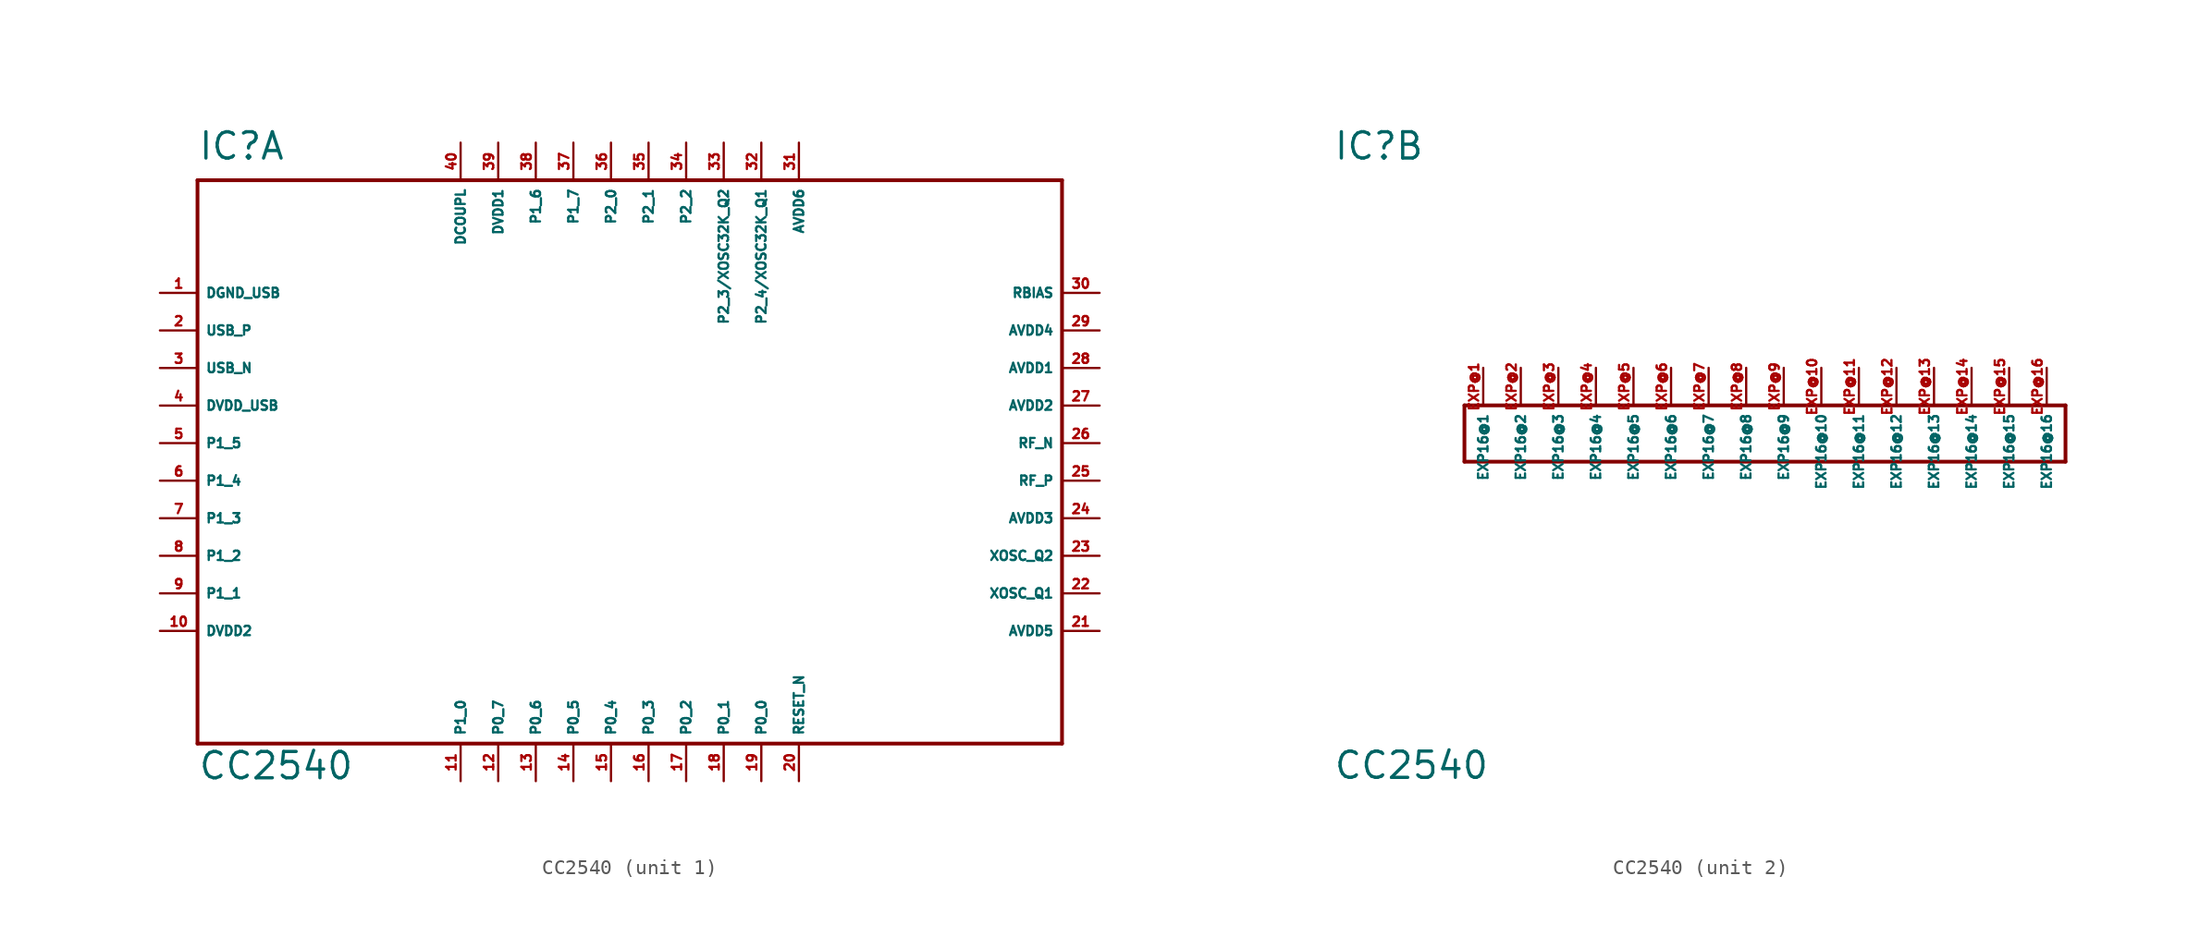
<source format=kicad_sym>
(kicad_symbol_lib
  (version 20220914)
  (generator Eagle2Kicad)
  (symbol "CC2540"
    (property "Reference" "IC"
      (at -27.94 19.05 0)
      (effects (font (size 1.778 1.778) (thickness 0.22)) (justify left bottom)))
    (property "Value" "CC2540"
      (at -27.94 -22.86 0)
      (effects (font (size 1.778 1.778) (thickness 0.22)) (justify left bottom)))
    (symbol "CC2540_1_0"
      (polyline (pts (xy -27.94 -20.32) (xy 30.48 -20.32)) (stroke (width 0.254) (type default)) (fill (type none)))
      (polyline (pts (xy 30.48 -20.32) (xy 30.48 17.78)) (stroke (width 0.254) (type default)) (fill (type none)))
      (polyline (pts (xy 30.48 17.78) (xy -27.94 17.78)) (stroke (width 0.254) (type default)) (fill (type none)))
      (polyline (pts (xy -27.94 17.78) (xy -27.94 -20.32)) (stroke (width 0.254) (type default)) (fill (type none)))
      (pin unspecified line (at -30.48 10.16 0) (length 2.54) (name "DGND_USB" (effects (font (size 0.635 0.635) (thickness 0.08)) (justify left bottom))) (number "1" (effects (font (size 0.635 0.635) (thickness 0.08)) (justify left bottom))))
      (pin bidirectional line (at -30.48 7.62 0) (length 2.54) (name "USB_P" (effects (font (size 0.635 0.635) (thickness 0.08)) (justify left bottom))) (number "2" (effects (font (size 0.635 0.635) (thickness 0.08)) (justify left bottom))))
      (pin bidirectional line (at -30.48 5.08 0) (length 2.54) (name "USB_N" (effects (font (size 0.635 0.635) (thickness 0.08)) (justify left bottom))) (number "3" (effects (font (size 0.635 0.635) (thickness 0.08)) (justify left bottom))))
      (pin unspecified line (at -30.48 2.54 0) (length 2.54) (name "DVDD_USB" (effects (font (size 0.635 0.635) (thickness 0.08)) (justify left bottom))) (number "4" (effects (font (size 0.635 0.635) (thickness 0.08)) (justify left bottom))))
      (pin bidirectional line (at -30.48 0 0) (length 2.54) (name "P1_5" (effects (font (size 0.635 0.635) (thickness 0.08)) (justify left bottom))) (number "5" (effects (font (size 0.635 0.635) (thickness 0.08)) (justify left bottom))))
      (pin bidirectional line (at -30.48 -2.54 0) (length 2.54) (name "P1_4" (effects (font (size 0.635 0.635) (thickness 0.08)) (justify left bottom))) (number "6" (effects (font (size 0.635 0.635) (thickness 0.08)) (justify left bottom))))
      (pin bidirectional line (at -30.48 -5.08 0) (length 2.54) (name "P1_3" (effects (font (size 0.635 0.635) (thickness 0.08)) (justify left bottom))) (number "7" (effects (font (size 0.635 0.635) (thickness 0.08)) (justify left bottom))))
      (pin bidirectional line (at -30.48 -7.62 0) (length 2.54) (name "P1_2" (effects (font (size 0.635 0.635) (thickness 0.08)) (justify left bottom))) (number "8" (effects (font (size 0.635 0.635) (thickness 0.08)) (justify left bottom))))
      (pin bidirectional line (at -30.48 -10.16 0) (length 2.54) (name "P1_1" (effects (font (size 0.635 0.635) (thickness 0.08)) (justify left bottom))) (number "9" (effects (font (size 0.635 0.635) (thickness 0.08)) (justify left bottom))))
      (pin unspecified line (at -30.48 -12.7 0) (length 2.54) (name "DVDD2" (effects (font (size 0.635 0.635) (thickness 0.08)) (justify left bottom))) (number "10" (effects (font (size 0.635 0.635) (thickness 0.08)) (justify left bottom))))
      (pin bidirectional line (at -10.16 -22.86 90) (length 2.54) (name "P1_0" (effects (font (size 0.635 0.635) (thickness 0.08)) (justify left bottom))) (number "11" (effects (font (size 0.635 0.635) (thickness 0.08)) (justify left bottom))))
      (pin bidirectional line (at -7.62 -22.86 90) (length 2.54) (name "P0_7" (effects (font (size 0.635 0.635) (thickness 0.08)) (justify left bottom))) (number "12" (effects (font (size 0.635 0.635) (thickness 0.08)) (justify left bottom))))
      (pin bidirectional line (at -5.08 -22.86 90) (length 2.54) (name "P0_6" (effects (font (size 0.635 0.635) (thickness 0.08)) (justify left bottom))) (number "13" (effects (font (size 0.635 0.635) (thickness 0.08)) (justify left bottom))))
      (pin bidirectional line (at -2.54 -22.86 90) (length 2.54) (name "P0_5" (effects (font (size 0.635 0.635) (thickness 0.08)) (justify left bottom))) (number "14" (effects (font (size 0.635 0.635) (thickness 0.08)) (justify left bottom))))
      (pin bidirectional line (at 0 -22.86 90) (length 2.54) (name "P0_4" (effects (font (size 0.635 0.635) (thickness 0.08)) (justify left bottom))) (number "15" (effects (font (size 0.635 0.635) (thickness 0.08)) (justify left bottom))))
      (pin bidirectional line (at 2.54 -22.86 90) (length 2.54) (name "P0_3" (effects (font (size 0.635 0.635) (thickness 0.08)) (justify left bottom))) (number "16" (effects (font (size 0.635 0.635) (thickness 0.08)) (justify left bottom))))
      (pin bidirectional line (at 5.08 -22.86 90) (length 2.54) (name "P0_2" (effects (font (size 0.635 0.635) (thickness 0.08)) (justify left bottom))) (number "17" (effects (font (size 0.635 0.635) (thickness 0.08)) (justify left bottom))))
      (pin bidirectional line (at 7.62 -22.86 90) (length 2.54) (name "P0_1" (effects (font (size 0.635 0.635) (thickness 0.08)) (justify left bottom))) (number "18" (effects (font (size 0.635 0.635) (thickness 0.08)) (justify left bottom))))
      (pin bidirectional line (at 10.16 -22.86 90) (length 2.54) (name "P0_0" (effects (font (size 0.635 0.635) (thickness 0.08)) (justify left bottom))) (number "19" (effects (font (size 0.635 0.635) (thickness 0.08)) (justify left bottom))))
      (pin input line (at 12.7 -22.86 90) (length 2.54) (name "RESET_N" (effects (font (size 0.635 0.635) (thickness 0.08)) (justify left bottom))) (number "20" (effects (font (size 0.635 0.635) (thickness 0.08)) (justify left bottom))))
      (pin unspecified line (at 33.02 -12.7 180) (length 2.54) (name "AVDD5" (effects (font (size 0.635 0.635) (thickness 0.08)) (justify left bottom))) (number "21" (effects (font (size 0.635 0.635) (thickness 0.08)) (justify left bottom))))
      (pin bidirectional line (at 33.02 -10.16 180) (length 2.54) (name "XOSC_Q1" (effects (font (size 0.635 0.635) (thickness 0.08)) (justify left bottom))) (number "22" (effects (font (size 0.635 0.635) (thickness 0.08)) (justify left bottom))))
      (pin bidirectional line (at 33.02 -7.62 180) (length 2.54) (name "XOSC_Q2" (effects (font (size 0.635 0.635) (thickness 0.08)) (justify left bottom))) (number "23" (effects (font (size 0.635 0.635) (thickness 0.08)) (justify left bottom))))
      (pin unspecified line (at 33.02 -5.08 180) (length 2.54) (name "AVDD3" (effects (font (size 0.635 0.635) (thickness 0.08)) (justify left bottom))) (number "24" (effects (font (size 0.635 0.635) (thickness 0.08)) (justify left bottom))))
      (pin input line (at 33.02 -2.54 180) (length 2.54) (name "RF_P" (effects (font (size 0.635 0.635) (thickness 0.08)) (justify left bottom))) (number "25" (effects (font (size 0.635 0.635) (thickness 0.08)) (justify left bottom))))
      (pin input line (at 33.02 0 180) (length 2.54) (name "RF_N" (effects (font (size 0.635 0.635) (thickness 0.08)) (justify left bottom))) (number "26" (effects (font (size 0.635 0.635) (thickness 0.08)) (justify left bottom))))
      (pin unspecified line (at 33.02 2.54 180) (length 2.54) (name "AVDD2" (effects (font (size 0.635 0.635) (thickness 0.08)) (justify left bottom))) (number "27" (effects (font (size 0.635 0.635) (thickness 0.08)) (justify left bottom))))
      (pin unspecified line (at 33.02 5.08 180) (length 2.54) (name "AVDD1" (effects (font (size 0.635 0.635) (thickness 0.08)) (justify left bottom))) (number "28" (effects (font (size 0.635 0.635) (thickness 0.08)) (justify left bottom))))
      (pin unspecified line (at 33.02 7.62 180) (length 2.54) (name "AVDD4" (effects (font (size 0.635 0.635) (thickness 0.08)) (justify left bottom))) (number "29" (effects (font (size 0.635 0.635) (thickness 0.08)) (justify left bottom))))
      (pin bidirectional line (at 33.02 10.16 180) (length 2.54) (name "RBIAS" (effects (font (size 0.635 0.635) (thickness 0.08)) (justify left bottom))) (number "30" (effects (font (size 0.635 0.635) (thickness 0.08)) (justify left bottom))))
      (pin unspecified line (at 12.7 20.32 270) (length 2.54) (name "AVDD6" (effects (font (size 0.635 0.635) (thickness 0.08)) (justify left bottom))) (number "31" (effects (font (size 0.635 0.635) (thickness 0.08)) (justify left bottom))))
      (pin bidirectional line (at 10.16 20.32 270) (length 2.54) (name "P2_4/XOSC32K_Q1" (effects (font (size 0.635 0.635) (thickness 0.08)) (justify left bottom))) (number "32" (effects (font (size 0.635 0.635) (thickness 0.08)) (justify left bottom))))
      (pin bidirectional line (at 7.62 20.32 270) (length 2.54) (name "P2_3/XOSC32K_Q2" (effects (font (size 0.635 0.635) (thickness 0.08)) (justify left bottom))) (number "33" (effects (font (size 0.635 0.635) (thickness 0.08)) (justify left bottom))))
      (pin bidirectional line (at 5.08 20.32 270) (length 2.54) (name "P2_2" (effects (font (size 0.635 0.635) (thickness 0.08)) (justify left bottom))) (number "34" (effects (font (size 0.635 0.635) (thickness 0.08)) (justify left bottom))))
      (pin bidirectional line (at 2.54 20.32 270) (length 2.54) (name "P2_1" (effects (font (size 0.635 0.635) (thickness 0.08)) (justify left bottom))) (number "35" (effects (font (size 0.635 0.635) (thickness 0.08)) (justify left bottom))))
      (pin bidirectional line (at 0 20.32 270) (length 2.54) (name "P2_0" (effects (font (size 0.635 0.635) (thickness 0.08)) (justify left bottom))) (number "36" (effects (font (size 0.635 0.635) (thickness 0.08)) (justify left bottom))))
      (pin bidirectional line (at -2.54 20.32 270) (length 2.54) (name "P1_7" (effects (font (size 0.635 0.635) (thickness 0.08)) (justify left bottom))) (number "37" (effects (font (size 0.635 0.635) (thickness 0.08)) (justify left bottom))))
      (pin bidirectional line (at -5.08 20.32 270) (length 2.54) (name "P1_6" (effects (font (size 0.635 0.635) (thickness 0.08)) (justify left bottom))) (number "38" (effects (font (size 0.635 0.635) (thickness 0.08)) (justify left bottom))))
      (pin unspecified line (at -7.62 20.32 270) (length 2.54) (name "DVDD1" (effects (font (size 0.635 0.635) (thickness 0.08)) (justify left bottom))) (number "39" (effects (font (size 0.635 0.635) (thickness 0.08)) (justify left bottom))))
      (pin unspecified line (at -10.16 20.32 270) (length 2.54) (name "DCOUPL" (effects (font (size 0.635 0.635) (thickness 0.08)) (justify left bottom))) (number "40" (effects (font (size 0.635 0.635) (thickness 0.08)) (justify left bottom)))))
    (symbol "CC2540_2_0"
      (polyline (pts (xy -19.05 2.54) (xy 21.59 2.54)) (stroke (width 0.254) (type default)) (fill (type none)))
      (polyline (pts (xy 21.59 2.54) (xy 21.59 -1.27)) (stroke (width 0.254) (type default)) (fill (type none)))
      (polyline (pts (xy 21.59 -1.27) (xy -19.05 -1.27)) (stroke (width 0.254) (type default)) (fill (type none)))
      (polyline (pts (xy -19.05 -1.27) (xy -19.05 2.54)) (stroke (width 0.254) (type default)) (fill (type none)))
      (pin input line (at -17.78 5.08 270) (length 2.54) (name "EXP16@1" (effects (font (size 0.635 0.635) (thickness 0.08)) (justify left bottom))) (number "EXP@1" (effects (font (size 0.635 0.635) (thickness 0.08)) (justify left bottom))))
      (pin input line (at -15.24 5.08 270) (length 2.54) (name "EXP16@2" (effects (font (size 0.635 0.635) (thickness 0.08)) (justify left bottom))) (number "EXP@2" (effects (font (size 0.635 0.635) (thickness 0.08)) (justify left bottom))))
      (pin input line (at -12.7 5.08 270) (length 2.54) (name "EXP16@3" (effects (font (size 0.635 0.635) (thickness 0.08)) (justify left bottom))) (number "EXP@3" (effects (font (size 0.635 0.635) (thickness 0.08)) (justify left bottom))))
      (pin input line (at -10.16 5.08 270) (length 2.54) (name "EXP16@4" (effects (font (size 0.635 0.635) (thickness 0.08)) (justify left bottom))) (number "EXP@4" (effects (font (size 0.635 0.635) (thickness 0.08)) (justify left bottom))))
      (pin input line (at -7.62 5.08 270) (length 2.54) (name "EXP16@5" (effects (font (size 0.635 0.635) (thickness 0.08)) (justify left bottom))) (number "EXP@5" (effects (font (size 0.635 0.635) (thickness 0.08)) (justify left bottom))))
      (pin input line (at -5.08 5.08 270) (length 2.54) (name "EXP16@6" (effects (font (size 0.635 0.635) (thickness 0.08)) (justify left bottom))) (number "EXP@6" (effects (font (size 0.635 0.635) (thickness 0.08)) (justify left bottom))))
      (pin input line (at -2.54 5.08 270) (length 2.54) (name "EXP16@7" (effects (font (size 0.635 0.635) (thickness 0.08)) (justify left bottom))) (number "EXP@7" (effects (font (size 0.635 0.635) (thickness 0.08)) (justify left bottom))))
      (pin input line (at 0 5.08 270) (length 2.54) (name "EXP16@8" (effects (font (size 0.635 0.635) (thickness 0.08)) (justify left bottom))) (number "EXP@8" (effects (font (size 0.635 0.635) (thickness 0.08)) (justify left bottom))))
      (pin input line (at 2.54 5.08 270) (length 2.54) (name "EXP16@9" (effects (font (size 0.635 0.635) (thickness 0.08)) (justify left bottom))) (number "EXP@9" (effects (font (size 0.635 0.635) (thickness 0.08)) (justify left bottom))))
      (pin input line (at 5.08 5.08 270) (length 2.54) (name "EXP16@10" (effects (font (size 0.635 0.635) (thickness 0.08)) (justify left bottom))) (number "EXP@10" (effects (font (size 0.635 0.635) (thickness 0.08)) (justify left bottom))))
      (pin input line (at 7.62 5.08 270) (length 2.54) (name "EXP16@11" (effects (font (size 0.635 0.635) (thickness 0.08)) (justify left bottom))) (number "EXP@11" (effects (font (size 0.635 0.635) (thickness 0.08)) (justify left bottom))))
      (pin input line (at 10.16 5.08 270) (length 2.54) (name "EXP16@12" (effects (font (size 0.635 0.635) (thickness 0.08)) (justify left bottom))) (number "EXP@12" (effects (font (size 0.635 0.635) (thickness 0.08)) (justify left bottom))))
      (pin input line (at 12.7 5.08 270) (length 2.54) (name "EXP16@13" (effects (font (size 0.635 0.635) (thickness 0.08)) (justify left bottom))) (number "EXP@13" (effects (font (size 0.635 0.635) (thickness 0.08)) (justify left bottom))))
      (pin input line (at 15.24 5.08 270) (length 2.54) (name "EXP16@14" (effects (font (size 0.635 0.635) (thickness 0.08)) (justify left bottom))) (number "EXP@14" (effects (font (size 0.635 0.635) (thickness 0.08)) (justify left bottom))))
      (pin input line (at 17.78 5.08 270) (length 2.54) (name "EXP16@15" (effects (font (size 0.635 0.635) (thickness 0.08)) (justify left bottom))) (number "EXP@15" (effects (font (size 0.635 0.635) (thickness 0.08)) (justify left bottom))))
      (pin input line (at 20.32 5.08 270) (length 2.54) (name "EXP16@16" (effects (font (size 0.635 0.635) (thickness 0.08)) (justify left bottom))) (number "EXP@16" (effects (font (size 0.635 0.635) (thickness 0.08)) (justify left bottom)))))))
</source>
